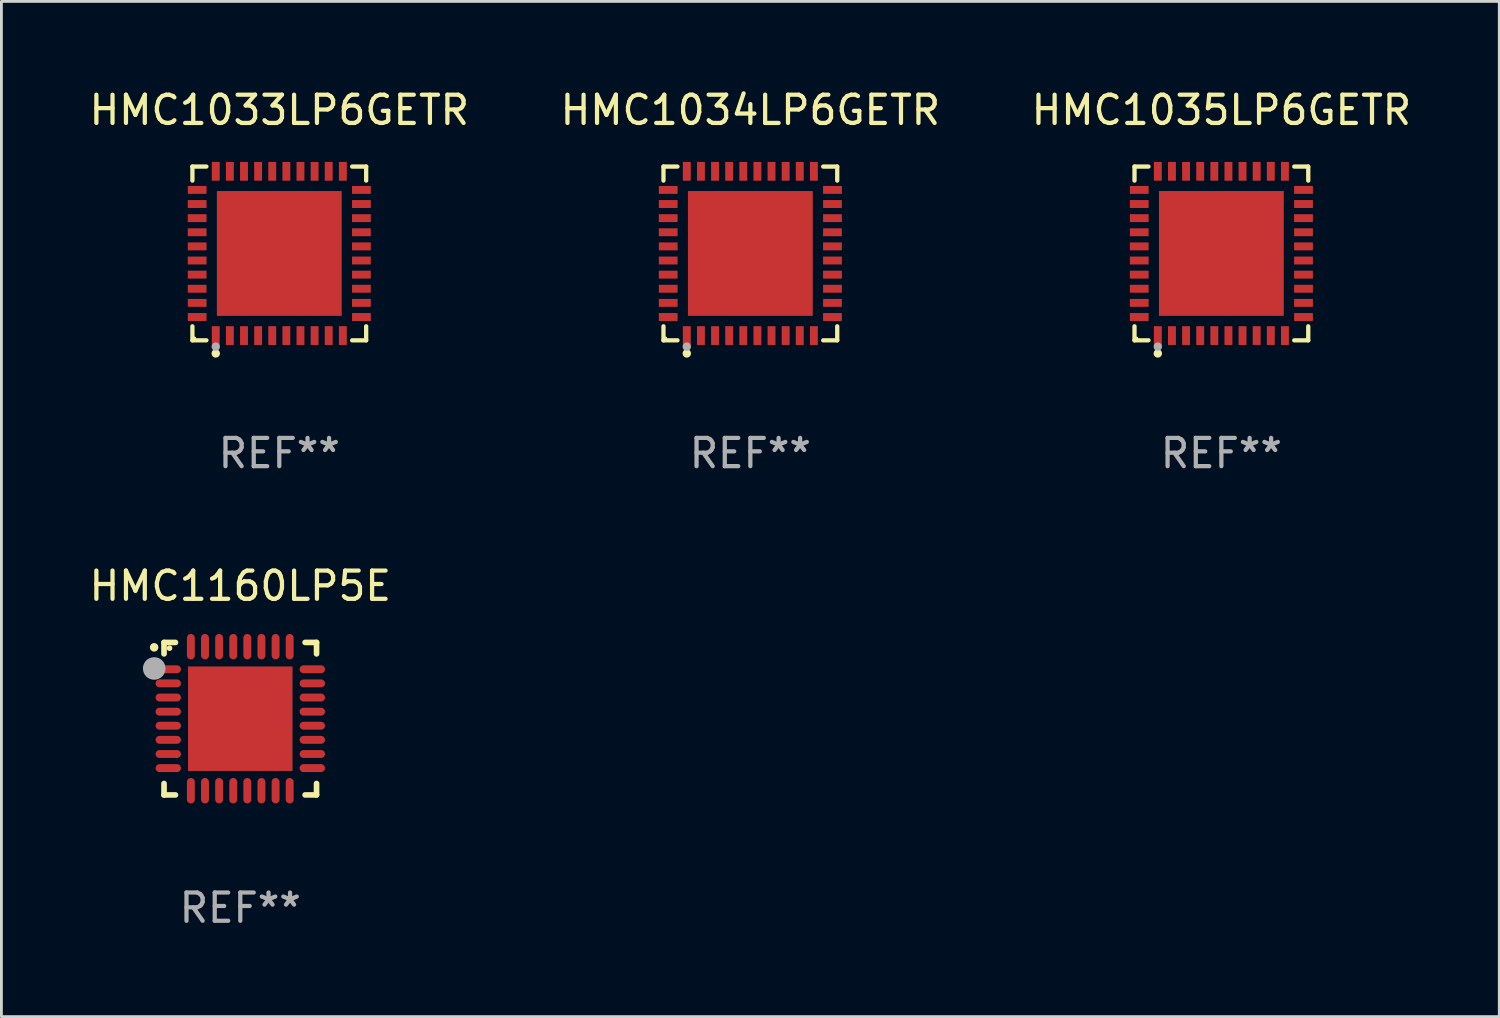
<source format=kicad_pcb>
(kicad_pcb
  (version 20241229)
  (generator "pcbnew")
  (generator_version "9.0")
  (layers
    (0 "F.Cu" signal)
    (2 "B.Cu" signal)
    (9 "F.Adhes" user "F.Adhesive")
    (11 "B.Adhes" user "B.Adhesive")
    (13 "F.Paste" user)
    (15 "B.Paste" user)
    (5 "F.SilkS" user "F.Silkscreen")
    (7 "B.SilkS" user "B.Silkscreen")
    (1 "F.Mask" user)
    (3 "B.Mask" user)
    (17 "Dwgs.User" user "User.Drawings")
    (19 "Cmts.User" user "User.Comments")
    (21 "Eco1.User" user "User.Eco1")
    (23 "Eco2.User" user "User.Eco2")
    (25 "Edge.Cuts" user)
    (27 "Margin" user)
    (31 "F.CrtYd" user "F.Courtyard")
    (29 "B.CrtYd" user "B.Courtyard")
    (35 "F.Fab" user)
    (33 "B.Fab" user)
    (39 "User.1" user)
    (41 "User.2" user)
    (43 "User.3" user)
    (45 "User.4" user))
  (footprint "HMC1035LP6GETR"
    (layer "F.Cu")
    (at 40.196 5.924)
    (property "Reference" "HMC1035LP6GETR" (at 0 -5.076 0) (layer "F.SilkS") (effects (font (size 1 1) (thickness 0.15))))
    (attr through_hole)
    (fp_line (start -3.076 -3.076) (end -2.58 -3.076) (stroke (width 0.152) (type solid)) (layer "F.SilkS"))
    (fp_line (start -3.076 -2.58) (end -3.076 -3.076) (stroke (width 0.152) (type solid)) (layer "F.SilkS"))
    (fp_line (start -3.076 2.58) (end -3.076 3.076) (stroke (width 0.152) (type solid)) (layer "F.SilkS"))
    (fp_line (start -3.076 3.076) (end -2.58 3.076) (stroke (width 0.152) (type solid)) (layer "F.SilkS"))
    (fp_line (start 3.076 -3.076) (end 2.58 -3.076) (stroke (width 0.152) (type solid)) (layer "F.SilkS"))
    (fp_line (start 3.076 -2.58) (end 3.076 -3.076) (stroke (width 0.152) (type solid)) (layer "F.SilkS"))
    (fp_line (start 3.076 2.58) (end 3.076 3.076) (stroke (width 0.152) (type solid)) (layer "F.SilkS"))
    (fp_line (start 3.076 3.076) (end 2.58 3.076) (stroke (width 0.152) (type solid)) (layer "F.SilkS"))
    (fp_circle (center -3 3) (end -2.97 3) (stroke (width 0.06) (type solid)) (fill no) (layer "F.SilkS"))
    (fp_circle (center -2.25 3.54) (end -2.175 3.54) (stroke (width 0.15) (type solid)) (fill no) (layer "F.SilkS"))
    (fp_circle (center -2.25 3.3) (end -2.175 3.3) (stroke (width 0.15) (type solid)) (fill no) (layer "F.Fab"))
    (fp_text user "REF**" (at 0 7.076 0) (layer "F.Fab") (effects (font (size 1 1) (thickness 0.15))))
    (pad "1" smd rect (at -2.25 2.908) (size 0.28 0.665) (layers "F.Cu" "F.Mask" "F.Paste"))
    (pad "2" smd rect (at -1.75 2.908) (size 0.28 0.665) (layers "F.Cu" "F.Mask" "F.Paste"))
    (pad "3" smd rect (at -1.25 2.908) (size 0.28 0.665) (layers "F.Cu" "F.Mask" "F.Paste"))
    (pad "4" smd rect (at -0.75 2.908) (size 0.28 0.665) (layers "F.Cu" "F.Mask" "F.Paste"))
    (pad "5" smd rect (at -0.25 2.908) (size 0.28 0.665) (layers "F.Cu" "F.Mask" "F.Paste"))
    (pad "6" smd rect (at 0.25 2.908) (size 0.28 0.665) (layers "F.Cu" "F.Mask" "F.Paste"))
    (pad "7" smd rect (at 0.75 2.908) (size 0.28 0.665) (layers "F.Cu" "F.Mask" "F.Paste"))
    (pad "8" smd rect (at 1.25 2.908) (size 0.28 0.665) (layers "F.Cu" "F.Mask" "F.Paste"))
    (pad "9" smd rect (at 1.75 2.908) (size 0.28 0.665) (layers "F.Cu" "F.Mask" "F.Paste"))
    (pad "10" smd rect (at 2.25 2.908) (size 0.28 0.665) (layers "F.Cu" "F.Mask" "F.Paste"))
    (pad "11" smd rect (at 2.908 2.25) (size 0.665 0.28) (layers "F.Cu" "F.Mask" "F.Paste"))
    (pad "12" smd rect (at 2.908 1.75) (size 0.665 0.28) (layers "F.Cu" "F.Mask" "F.Paste"))
    (pad "13" smd rect (at 2.908 1.25) (size 0.665 0.28) (layers "F.Cu" "F.Mask" "F.Paste"))
    (pad "14" smd rect (at 2.908 0.75) (size 0.665 0.28) (layers "F.Cu" "F.Mask" "F.Paste"))
    (pad "15" smd rect (at 2.908 0.25) (size 0.665 0.28) (layers "F.Cu" "F.Mask" "F.Paste"))
    (pad "16" smd rect (at 2.908 -0.25) (size 0.665 0.28) (layers "F.Cu" "F.Mask" "F.Paste"))
    (pad "17" smd rect (at 2.908 -0.75) (size 0.665 0.28) (layers "F.Cu" "F.Mask" "F.Paste"))
    (pad "18" smd rect (at 2.908 -1.25) (size 0.665 0.28) (layers "F.Cu" "F.Mask" "F.Paste"))
    (pad "19" smd rect (at 2.908 -1.75) (size 0.665 0.28) (layers "F.Cu" "F.Mask" "F.Paste"))
    (pad "20" smd rect (at 2.908 -2.25) (size 0.665 0.28) (layers "F.Cu" "F.Mask" "F.Paste"))
    (pad "21" smd rect (at 2.25 -2.908) (size 0.28 0.665) (layers "F.Cu" "F.Mask" "F.Paste"))
    (pad "22" smd rect (at 1.75 -2.908) (size 0.28 0.665) (layers "F.Cu" "F.Mask" "F.Paste"))
    (pad "23" smd rect (at 1.25 -2.908) (size 0.28 0.665) (layers "F.Cu" "F.Mask" "F.Paste"))
    (pad "24" smd rect (at 0.75 -2.908) (size 0.28 0.665) (layers "F.Cu" "F.Mask" "F.Paste"))
    (pad "25" smd rect (at 0.25 -2.908) (size 0.28 0.665) (layers "F.Cu" "F.Mask" "F.Paste"))
    (pad "26" smd rect (at -0.25 -2.908) (size 0.28 0.665) (layers "F.Cu" "F.Mask" "F.Paste"))
    (pad "27" smd rect (at -0.75 -2.908) (size 0.28 0.665) (layers "F.Cu" "F.Mask" "F.Paste"))
    (pad "28" smd rect (at -1.25 -2.908) (size 0.28 0.665) (layers "F.Cu" "F.Mask" "F.Paste"))
    (pad "29" smd rect (at -1.75 -2.908) (size 0.28 0.665) (layers "F.Cu" "F.Mask" "F.Paste"))
    (pad "30" smd rect (at -2.25 -2.908) (size 0.28 0.665) (layers "F.Cu" "F.Mask" "F.Paste"))
    (pad "31" smd rect (at -2.908 -2.25) (size 0.665 0.28) (layers "F.Cu" "F.Mask" "F.Paste"))
    (pad "32" smd rect (at -2.908 -1.75) (size 0.665 0.28) (layers "F.Cu" "F.Mask" "F.Paste"))
    (pad "33" smd rect (at -2.908 -1.25) (size 0.665 0.28) (layers "F.Cu" "F.Mask" "F.Paste"))
    (pad "34" smd rect (at -2.908 -0.75) (size 0.665 0.28) (layers "F.Cu" "F.Mask" "F.Paste"))
    (pad "35" smd rect (at -2.908 -0.25) (size 0.665 0.28) (layers "F.Cu" "F.Mask" "F.Paste"))
    (pad "36" smd rect (at -2.908 0.25) (size 0.665 0.28) (layers "F.Cu" "F.Mask" "F.Paste"))
    (pad "37" smd rect (at -2.908 0.75) (size 0.665 0.28) (layers "F.Cu" "F.Mask" "F.Paste"))
    (pad "38" smd rect (at -2.908 1.25) (size 0.665 0.28) (layers "F.Cu" "F.Mask" "F.Paste"))
    (pad "39" smd rect (at -2.908 1.75) (size 0.665 0.28) (layers "F.Cu" "F.Mask" "F.Paste"))
    (pad "40" smd rect (at -2.908 2.25) (size 0.665 0.28) (layers "F.Cu" "F.Mask" "F.Paste"))
    (pad "41" smd rect (at 0 0) (size 4.42 4.42) (layers "F.Cu" "F.Mask" "F.Paste")))
  (footprint "HMC1033LP6GETR"
    (layer "F.Cu")
    (at 6.839 5.924)
    (property "Reference" "HMC1033LP6GETR" (at 0 -5.076 0) (layer "F.SilkS") (effects (font (size 1 1) (thickness 0.15))))
    (attr through_hole)
    (fp_line (start -3.076 -3.076) (end -2.58 -3.076) (stroke (width 0.152) (type solid)) (layer "F.SilkS"))
    (fp_line (start -3.076 -2.58) (end -3.076 -3.076) (stroke (width 0.152) (type solid)) (layer "F.SilkS"))
    (fp_line (start -3.076 2.58) (end -3.076 3.076) (stroke (width 0.152) (type solid)) (layer "F.SilkS"))
    (fp_line (start -3.076 3.076) (end -2.58 3.076) (stroke (width 0.152) (type solid)) (layer "F.SilkS"))
    (fp_line (start 3.076 -3.076) (end 2.58 -3.076) (stroke (width 0.152) (type solid)) (layer "F.SilkS"))
    (fp_line (start 3.076 -2.58) (end 3.076 -3.076) (stroke (width 0.152) (type solid)) (layer "F.SilkS"))
    (fp_line (start 3.076 2.58) (end 3.076 3.076) (stroke (width 0.152) (type solid)) (layer "F.SilkS"))
    (fp_line (start 3.076 3.076) (end 2.58 3.076) (stroke (width 0.152) (type solid)) (layer "F.SilkS"))
    (fp_circle (center -3 3) (end -2.97 3) (stroke (width 0.06) (type solid)) (fill no) (layer "F.SilkS"))
    (fp_circle (center -2.25 3.54) (end -2.175 3.54) (stroke (width 0.15) (type solid)) (fill no) (layer "F.SilkS"))
    (fp_circle (center -2.25 3.3) (end -2.175 3.3) (stroke (width 0.15) (type solid)) (fill no) (layer "F.Fab"))
    (fp_text user "REF**" (at 0 7.076 0) (layer "F.Fab") (effects (font (size 1 1) (thickness 0.15))))
    (pad "1" smd rect (at -2.25 2.908) (size 0.28 0.665) (layers "F.Cu" "F.Mask" "F.Paste"))
    (pad "2" smd rect (at -1.75 2.908) (size 0.28 0.665) (layers "F.Cu" "F.Mask" "F.Paste"))
    (pad "3" smd rect (at -1.25 2.908) (size 0.28 0.665) (layers "F.Cu" "F.Mask" "F.Paste"))
    (pad "4" smd rect (at -0.75 2.908) (size 0.28 0.665) (layers "F.Cu" "F.Mask" "F.Paste"))
    (pad "5" smd rect (at -0.25 2.908) (size 0.28 0.665) (layers "F.Cu" "F.Mask" "F.Paste"))
    (pad "6" smd rect (at 0.25 2.908) (size 0.28 0.665) (layers "F.Cu" "F.Mask" "F.Paste"))
    (pad "7" smd rect (at 0.75 2.908) (size 0.28 0.665) (layers "F.Cu" "F.Mask" "F.Paste"))
    (pad "8" smd rect (at 1.25 2.908) (size 0.28 0.665) (layers "F.Cu" "F.Mask" "F.Paste"))
    (pad "9" smd rect (at 1.75 2.908) (size 0.28 0.665) (layers "F.Cu" "F.Mask" "F.Paste"))
    (pad "10" smd rect (at 2.25 2.908) (size 0.28 0.665) (layers "F.Cu" "F.Mask" "F.Paste"))
    (pad "11" smd rect (at 2.908 2.25) (size 0.665 0.28) (layers "F.Cu" "F.Mask" "F.Paste"))
    (pad "12" smd rect (at 2.908 1.75) (size 0.665 0.28) (layers "F.Cu" "F.Mask" "F.Paste"))
    (pad "13" smd rect (at 2.908 1.25) (size 0.665 0.28) (layers "F.Cu" "F.Mask" "F.Paste"))
    (pad "14" smd rect (at 2.908 0.75) (size 0.665 0.28) (layers "F.Cu" "F.Mask" "F.Paste"))
    (pad "15" smd rect (at 2.908 0.25) (size 0.665 0.28) (layers "F.Cu" "F.Mask" "F.Paste"))
    (pad "16" smd rect (at 2.908 -0.25) (size 0.665 0.28) (layers "F.Cu" "F.Mask" "F.Paste"))
    (pad "17" smd rect (at 2.908 -0.75) (size 0.665 0.28) (layers "F.Cu" "F.Mask" "F.Paste"))
    (pad "18" smd rect (at 2.908 -1.25) (size 0.665 0.28) (layers "F.Cu" "F.Mask" "F.Paste"))
    (pad "19" smd rect (at 2.908 -1.75) (size 0.665 0.28) (layers "F.Cu" "F.Mask" "F.Paste"))
    (pad "20" smd rect (at 2.908 -2.25) (size 0.665 0.28) (layers "F.Cu" "F.Mask" "F.Paste"))
    (pad "21" smd rect (at 2.25 -2.908) (size 0.28 0.665) (layers "F.Cu" "F.Mask" "F.Paste"))
    (pad "22" smd rect (at 1.75 -2.908) (size 0.28 0.665) (layers "F.Cu" "F.Mask" "F.Paste"))
    (pad "23" smd rect (at 1.25 -2.908) (size 0.28 0.665) (layers "F.Cu" "F.Mask" "F.Paste"))
    (pad "24" smd rect (at 0.75 -2.908) (size 0.28 0.665) (layers "F.Cu" "F.Mask" "F.Paste"))
    (pad "25" smd rect (at 0.25 -2.908) (size 0.28 0.665) (layers "F.Cu" "F.Mask" "F.Paste"))
    (pad "26" smd rect (at -0.25 -2.908) (size 0.28 0.665) (layers "F.Cu" "F.Mask" "F.Paste"))
    (pad "27" smd rect (at -0.75 -2.908) (size 0.28 0.665) (layers "F.Cu" "F.Mask" "F.Paste"))
    (pad "28" smd rect (at -1.25 -2.908) (size 0.28 0.665) (layers "F.Cu" "F.Mask" "F.Paste"))
    (pad "29" smd rect (at -1.75 -2.908) (size 0.28 0.665) (layers "F.Cu" "F.Mask" "F.Paste"))
    (pad "30" smd rect (at -2.25 -2.908) (size 0.28 0.665) (layers "F.Cu" "F.Mask" "F.Paste"))
    (pad "31" smd rect (at -2.908 -2.25) (size 0.665 0.28) (layers "F.Cu" "F.Mask" "F.Paste"))
    (pad "32" smd rect (at -2.908 -1.75) (size 0.665 0.28) (layers "F.Cu" "F.Mask" "F.Paste"))
    (pad "33" smd rect (at -2.908 -1.25) (size 0.665 0.28) (layers "F.Cu" "F.Mask" "F.Paste"))
    (pad "34" smd rect (at -2.908 -0.75) (size 0.665 0.28) (layers "F.Cu" "F.Mask" "F.Paste"))
    (pad "35" smd rect (at -2.908 -0.25) (size 0.665 0.28) (layers "F.Cu" "F.Mask" "F.Paste"))
    (pad "36" smd rect (at -2.908 0.25) (size 0.665 0.28) (layers "F.Cu" "F.Mask" "F.Paste"))
    (pad "37" smd rect (at -2.908 0.75) (size 0.665 0.28) (layers "F.Cu" "F.Mask" "F.Paste"))
    (pad "38" smd rect (at -2.908 1.25) (size 0.665 0.28) (layers "F.Cu" "F.Mask" "F.Paste"))
    (pad "39" smd rect (at -2.908 1.75) (size 0.665 0.28) (layers "F.Cu" "F.Mask" "F.Paste"))
    (pad "40" smd rect (at -2.908 2.25) (size 0.665 0.28) (layers "F.Cu" "F.Mask" "F.Paste"))
    (pad "41" smd rect (at 0 0) (size 4.42 4.42) (layers "F.Cu" "F.Mask" "F.Paste")))
  (footprint "HMC1034LP6GETR"
    (layer "F.Cu")
    (at 23.518 5.924)
    (property "Reference" "HMC1034LP6GETR" (at 0 -5.076 0) (layer "F.SilkS") (effects (font (size 1 1) (thickness 0.15))))
    (attr through_hole)
    (fp_line (start -3.076 -3.076) (end -2.58 -3.076) (stroke (width 0.152) (type solid)) (layer "F.SilkS"))
    (fp_line (start -3.076 -2.58) (end -3.076 -3.076) (stroke (width 0.152) (type solid)) (layer "F.SilkS"))
    (fp_line (start -3.076 2.58) (end -3.076 3.076) (stroke (width 0.152) (type solid)) (layer "F.SilkS"))
    (fp_line (start -3.076 3.076) (end -2.58 3.076) (stroke (width 0.152) (type solid)) (layer "F.SilkS"))
    (fp_line (start 3.076 -3.076) (end 2.58 -3.076) (stroke (width 0.152) (type solid)) (layer "F.SilkS"))
    (fp_line (start 3.076 -2.58) (end 3.076 -3.076) (stroke (width 0.152) (type solid)) (layer "F.SilkS"))
    (fp_line (start 3.076 2.58) (end 3.076 3.076) (stroke (width 0.152) (type solid)) (layer "F.SilkS"))
    (fp_line (start 3.076 3.076) (end 2.58 3.076) (stroke (width 0.152) (type solid)) (layer "F.SilkS"))
    (fp_circle (center -3 3) (end -2.97 3) (stroke (width 0.06) (type solid)) (fill no) (layer "F.SilkS"))
    (fp_circle (center -2.25 3.54) (end -2.175 3.54) (stroke (width 0.15) (type solid)) (fill no) (layer "F.SilkS"))
    (fp_circle (center -2.25 3.3) (end -2.175 3.3) (stroke (width 0.15) (type solid)) (fill no) (layer "F.Fab"))
    (fp_text user "REF**" (at 0 7.076 0) (layer "F.Fab") (effects (font (size 1 1) (thickness 0.15))))
    (pad "1" smd rect (at -2.25 2.908) (size 0.28 0.665) (layers "F.Cu" "F.Mask" "F.Paste"))
    (pad "2" smd rect (at -1.75 2.908) (size 0.28 0.665) (layers "F.Cu" "F.Mask" "F.Paste"))
    (pad "3" smd rect (at -1.25 2.908) (size 0.28 0.665) (layers "F.Cu" "F.Mask" "F.Paste"))
    (pad "4" smd rect (at -0.75 2.908) (size 0.28 0.665) (layers "F.Cu" "F.Mask" "F.Paste"))
    (pad "5" smd rect (at -0.25 2.908) (size 0.28 0.665) (layers "F.Cu" "F.Mask" "F.Paste"))
    (pad "6" smd rect (at 0.25 2.908) (size 0.28 0.665) (layers "F.Cu" "F.Mask" "F.Paste"))
    (pad "7" smd rect (at 0.75 2.908) (size 0.28 0.665) (layers "F.Cu" "F.Mask" "F.Paste"))
    (pad "8" smd rect (at 1.25 2.908) (size 0.28 0.665) (layers "F.Cu" "F.Mask" "F.Paste"))
    (pad "9" smd rect (at 1.75 2.908) (size 0.28 0.665) (layers "F.Cu" "F.Mask" "F.Paste"))
    (pad "10" smd rect (at 2.25 2.908) (size 0.28 0.665) (layers "F.Cu" "F.Mask" "F.Paste"))
    (pad "11" smd rect (at 2.908 2.25) (size 0.665 0.28) (layers "F.Cu" "F.Mask" "F.Paste"))
    (pad "12" smd rect (at 2.908 1.75) (size 0.665 0.28) (layers "F.Cu" "F.Mask" "F.Paste"))
    (pad "13" smd rect (at 2.908 1.25) (size 0.665 0.28) (layers "F.Cu" "F.Mask" "F.Paste"))
    (pad "14" smd rect (at 2.908 0.75) (size 0.665 0.28) (layers "F.Cu" "F.Mask" "F.Paste"))
    (pad "15" smd rect (at 2.908 0.25) (size 0.665 0.28) (layers "F.Cu" "F.Mask" "F.Paste"))
    (pad "16" smd rect (at 2.908 -0.25) (size 0.665 0.28) (layers "F.Cu" "F.Mask" "F.Paste"))
    (pad "17" smd rect (at 2.908 -0.75) (size 0.665 0.28) (layers "F.Cu" "F.Mask" "F.Paste"))
    (pad "18" smd rect (at 2.908 -1.25) (size 0.665 0.28) (layers "F.Cu" "F.Mask" "F.Paste"))
    (pad "19" smd rect (at 2.908 -1.75) (size 0.665 0.28) (layers "F.Cu" "F.Mask" "F.Paste"))
    (pad "20" smd rect (at 2.908 -2.25) (size 0.665 0.28) (layers "F.Cu" "F.Mask" "F.Paste"))
    (pad "21" smd rect (at 2.25 -2.908) (size 0.28 0.665) (layers "F.Cu" "F.Mask" "F.Paste"))
    (pad "22" smd rect (at 1.75 -2.908) (size 0.28 0.665) (layers "F.Cu" "F.Mask" "F.Paste"))
    (pad "23" smd rect (at 1.25 -2.908) (size 0.28 0.665) (layers "F.Cu" "F.Mask" "F.Paste"))
    (pad "24" smd rect (at 0.75 -2.908) (size 0.28 0.665) (layers "F.Cu" "F.Mask" "F.Paste"))
    (pad "25" smd rect (at 0.25 -2.908) (size 0.28 0.665) (layers "F.Cu" "F.Mask" "F.Paste"))
    (pad "26" smd rect (at -0.25 -2.908) (size 0.28 0.665) (layers "F.Cu" "F.Mask" "F.Paste"))
    (pad "27" smd rect (at -0.75 -2.908) (size 0.28 0.665) (layers "F.Cu" "F.Mask" "F.Paste"))
    (pad "28" smd rect (at -1.25 -2.908) (size 0.28 0.665) (layers "F.Cu" "F.Mask" "F.Paste"))
    (pad "29" smd rect (at -1.75 -2.908) (size 0.28 0.665) (layers "F.Cu" "F.Mask" "F.Paste"))
    (pad "30" smd rect (at -2.25 -2.908) (size 0.28 0.665) (layers "F.Cu" "F.Mask" "F.Paste"))
    (pad "31" smd rect (at -2.908 -2.25) (size 0.665 0.28) (layers "F.Cu" "F.Mask" "F.Paste"))
    (pad "32" smd rect (at -2.908 -1.75) (size 0.665 0.28) (layers "F.Cu" "F.Mask" "F.Paste"))
    (pad "33" smd rect (at -2.908 -1.25) (size 0.665 0.28) (layers "F.Cu" "F.Mask" "F.Paste"))
    (pad "34" smd rect (at -2.908 -0.75) (size 0.665 0.28) (layers "F.Cu" "F.Mask" "F.Paste"))
    (pad "35" smd rect (at -2.908 -0.25) (size 0.665 0.28) (layers "F.Cu" "F.Mask" "F.Paste"))
    (pad "36" smd rect (at -2.908 0.25) (size 0.665 0.28) (layers "F.Cu" "F.Mask" "F.Paste"))
    (pad "37" smd rect (at -2.908 0.75) (size 0.665 0.28) (layers "F.Cu" "F.Mask" "F.Paste"))
    (pad "38" smd rect (at -2.908 1.25) (size 0.665 0.28) (layers "F.Cu" "F.Mask" "F.Paste"))
    (pad "39" smd rect (at -2.908 1.75) (size 0.665 0.28) (layers "F.Cu" "F.Mask" "F.Paste"))
    (pad "40" smd rect (at -2.908 2.25) (size 0.665 0.28) (layers "F.Cu" "F.Mask" "F.Paste"))
    (pad "41" smd rect (at 0 0) (size 4.42 4.42) (layers "F.Cu" "F.Mask" "F.Paste")))
  (footprint "HMC1160LP5E"
    (layer "F.Cu")
    (at 5.458 22.397)
    (property "Reference" "HMC1160LP5E" (at 0 -4.7 0) (layer "F.SilkS") (effects (font (size 1 1) (thickness 0.15))))
    (attr through_hole)
    (fp_line (start -2.7 -2.7) (end -2.295 -2.7) (stroke (width 0.2) (type solid)) (layer "F.SilkS"))
    (fp_line (start -2.7 -2.295) (end -2.7 -2.7) (stroke (width 0.2) (type solid)) (layer "F.SilkS"))
    (fp_line (start -2.7 2.295) (end -2.7 2.7) (stroke (width 0.2) (type solid)) (layer "F.SilkS"))
    (fp_line (start -2.7 2.7) (end -2.295 2.7) (stroke (width 0.2) (type solid)) (layer "F.SilkS"))
    (fp_line (start 2.295 -2.7) (end 2.7 -2.7) (stroke (width 0.2) (type solid)) (layer "F.SilkS"))
    (fp_line (start 2.295 2.7) (end 2.7 2.7) (stroke (width 0.2) (type solid)) (layer "F.SilkS"))
    (fp_line (start 2.7 -2.7) (end 2.7 -2.295) (stroke (width 0.2) (type solid)) (layer "F.SilkS"))
    (fp_line (start 2.7 2.7) (end 2.7 2.295) (stroke (width 0.2) (type solid)) (layer "F.SilkS"))
    (fp_arc (start -3.050546 -2.525349) (mid -3.050551 -2.526619) (end -3.050546 -2.527889) (stroke (width 0.3) (type solid)) (layer "F.SilkS"))
    (fp_circle (center -2.505 -2.497) (end -2.455 -2.497) (stroke (width 0.1) (type solid)) (fill no) (layer "F.SilkS"))
    (fp_circle (center -3.048 -1.778) (end -2.848 -1.778) (stroke (width 0.4) (type solid)) (fill no) (layer "F.Fab"))
    (fp_text user "REF**" (at 0 6.7 0) (layer "F.Fab") (effects (font (size 1 1) (thickness 0.15))))
    (pad "1" smd oval (at -2.55 -1.75 270) (size 0.28 0.9) (layers "F.Cu" "F.Mask" "F.Paste"))
    (pad "2" smd oval (at -2.55 -1.25 270) (size 0.28 0.9) (layers "F.Cu" "F.Mask" "F.Paste"))
    (pad "3" smd oval (at -2.55 -0.749 270) (size 0.28 0.9) (layers "F.Cu" "F.Mask" "F.Paste"))
    (pad "4" smd oval (at -2.55 -0.249 270) (size 0.28 0.9) (layers "F.Cu" "F.Mask" "F.Paste"))
    (pad "5" smd oval (at -2.55 0.249 270) (size 0.28 0.9) (layers "F.Cu" "F.Mask" "F.Paste"))
    (pad "6" smd oval (at -2.55 0.749 270) (size 0.28 0.9) (layers "F.Cu" "F.Mask" "F.Paste"))
    (pad "7" smd oval (at -2.55 1.25 270) (size 0.28 0.9) (layers "F.Cu" "F.Mask" "F.Paste"))
    (pad "8" smd oval (at -2.55 1.75 270) (size 0.28 0.9) (layers "F.Cu" "F.Mask" "F.Paste"))
    (pad "9" smd oval (at -1.75 2.55 270) (size 0.9 0.28) (layers "F.Cu" "F.Mask" "F.Paste"))
    (pad "10" smd oval (at -1.25 2.55 270) (size 0.9 0.28) (layers "F.Cu" "F.Mask" "F.Paste"))
    (pad "11" smd oval (at -0.749 2.55 270) (size 0.9 0.28) (layers "F.Cu" "F.Mask" "F.Paste"))
    (pad "12" smd oval (at -0.249 2.55 270) (size 0.9 0.28) (layers "F.Cu" "F.Mask" "F.Paste"))
    (pad "13" smd oval (at 0.249 2.55 270) (size 0.9 0.28) (layers "F.Cu" "F.Mask" "F.Paste"))
    (pad "14" smd oval (at 0.749 2.55 270) (size 0.9 0.28) (layers "F.Cu" "F.Mask" "F.Paste"))
    (pad "15" smd oval (at 1.25 2.55 270) (size 0.9 0.28) (layers "F.Cu" "F.Mask" "F.Paste"))
    (pad "16" smd oval (at 1.75 2.55 270) (size 0.9 0.28) (layers "F.Cu" "F.Mask" "F.Paste"))
    (pad "17" smd oval (at 2.55 1.75 270) (size 0.28 0.9) (layers "F.Cu" "F.Mask" "F.Paste"))
    (pad "18" smd oval (at 2.55 1.25 270) (size 0.28 0.9) (layers "F.Cu" "F.Mask" "F.Paste"))
    (pad "19" smd oval (at 2.55 0.749 270) (size 0.28 0.9) (layers "F.Cu" "F.Mask" "F.Paste"))
    (pad "20" smd oval (at 2.55 0.249 270) (size 0.28 0.9) (layers "F.Cu" "F.Mask" "F.Paste"))
    (pad "21" smd oval (at 2.55 -0.249 270) (size 0.28 0.9) (layers "F.Cu" "F.Mask" "F.Paste"))
    (pad "22" smd oval (at 2.55 -0.749 270) (size 0.28 0.9) (layers "F.Cu" "F.Mask" "F.Paste"))
    (pad "23" smd oval (at 2.55 -1.25 270) (size 0.28 0.9) (layers "F.Cu" "F.Mask" "F.Paste"))
    (pad "24" smd oval (at 2.55 -1.75 270) (size 0.28 0.9) (layers "F.Cu" "F.Mask" "F.Paste"))
    (pad "25" smd oval (at 1.75 -2.55 270) (size 0.9 0.28) (layers "F.Cu" "F.Mask" "F.Paste"))
    (pad "26" smd oval (at 1.25 -2.55 270) (size 0.9 0.28) (layers "F.Cu" "F.Mask" "F.Paste"))
    (pad "27" smd oval (at 0.749 -2.55 270) (size 0.9 0.28) (layers "F.Cu" "F.Mask" "F.Paste"))
    (pad "28" smd oval (at 0.249 -2.55 270) (size 0.9 0.28) (layers "F.Cu" "F.Mask" "F.Paste"))
    (pad "29" smd oval (at -0.249 -2.55 270) (size 0.9 0.28) (layers "F.Cu" "F.Mask" "F.Paste"))
    (pad "30" smd oval (at -0.749 -2.55 270) (size 0.9 0.28) (layers "F.Cu" "F.Mask" "F.Paste"))
    (pad "31" smd oval (at -1.25 -2.55 270) (size 0.9 0.28) (layers "F.Cu" "F.Mask" "F.Paste"))
    (pad "32" smd oval (at -1.75 -2.55 270) (size 0.9 0.28) (layers "F.Cu" "F.Mask" "F.Paste"))
    (pad "33" smd rect (at -0.000076 0.000076 270) (size 3.7 3.7) (layers "F.Cu" "F.Mask" "F.Paste")))
  (gr_rect
    (start -3 -3)
    (end 50.036 32.945)
    (stroke (width 0.1) (type default))
    (fill no)
    (layer "Edge.Cuts")))
</source>
